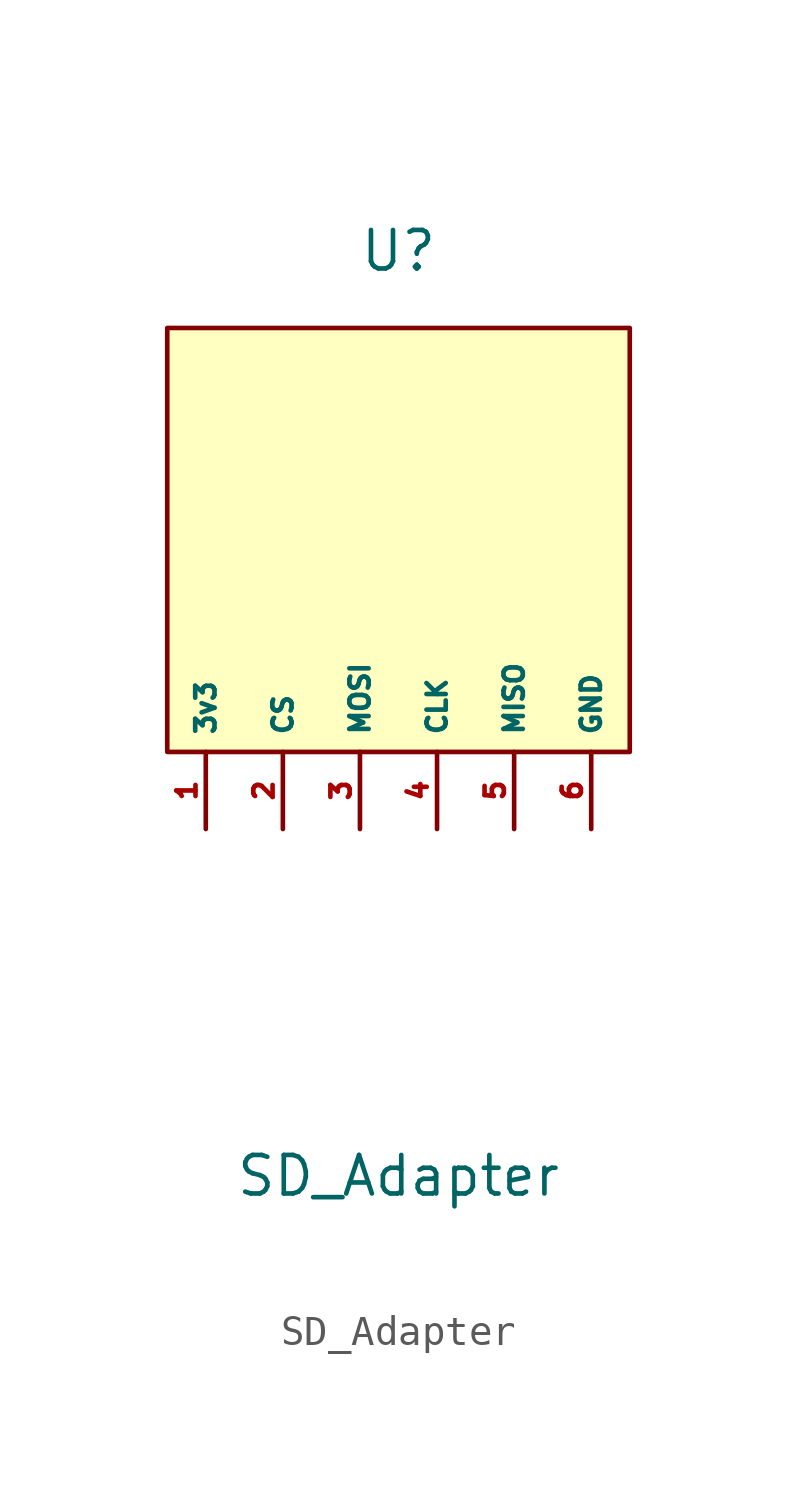
<source format=kicad_sym>
(kicad_symbol_lib
  (version 20211014)
  (generator kicad_symbol_editor)
  (symbol "SD_Adapter"
    (property "Reference" "U"
      (at 0 10.16 0)
      (effects (font (size 1.27 1.27))))
    (property "Value" "SD_Adapter"
      (at 0 -20.32 0)
      (effects (font (size 1.27 1.27))))
    (symbol "SD_Adapter_0_1"
      (rectangle (start -7.62 7.62) (end 7.62 -6.35) (stroke (width 0) (type default) (color 0 0 0 0)) (fill (type background))))
    (symbol "SD_Adapter_1_1"
      (pin power_in line (at -6.35 -8.89 90) (length 2.54) (name "3v3" (effects (font (size 0.635 0.635)))) (number "1" (effects (font (size 0.635 0.635)))))
      (pin output line (at -3.81 -8.89 90) (length 2.54) (name "CS" (effects (font (size 0.635 0.635)))) (number "2" (effects (font (size 0.635 0.635)))))
      (pin input line (at -1.27 -8.89 90) (length 2.54) (name "MOSI" (effects (font (size 0.635 0.635)))) (number "3" (effects (font (size 0.635 0.635)))))
      (pin input line (at 1.27 -8.89 90) (length 2.54) (name "CLK" (effects (font (size 0.635 0.635)))) (number "4" (effects (font (size 0.635 0.635)))))
      (pin output line (at 3.81 -8.89 90) (length 2.54) (name "MISO" (effects (font (size 0.635 0.635)))) (number "5" (effects (font (size 0.635 0.635)))))
      (pin power_in line (at 6.35 -8.89 90) (length 2.54) (name "GND" (effects (font (size 0.635 0.635)))) (number "6" (effects (font (size 0.635 0.635))))))))
</source>
